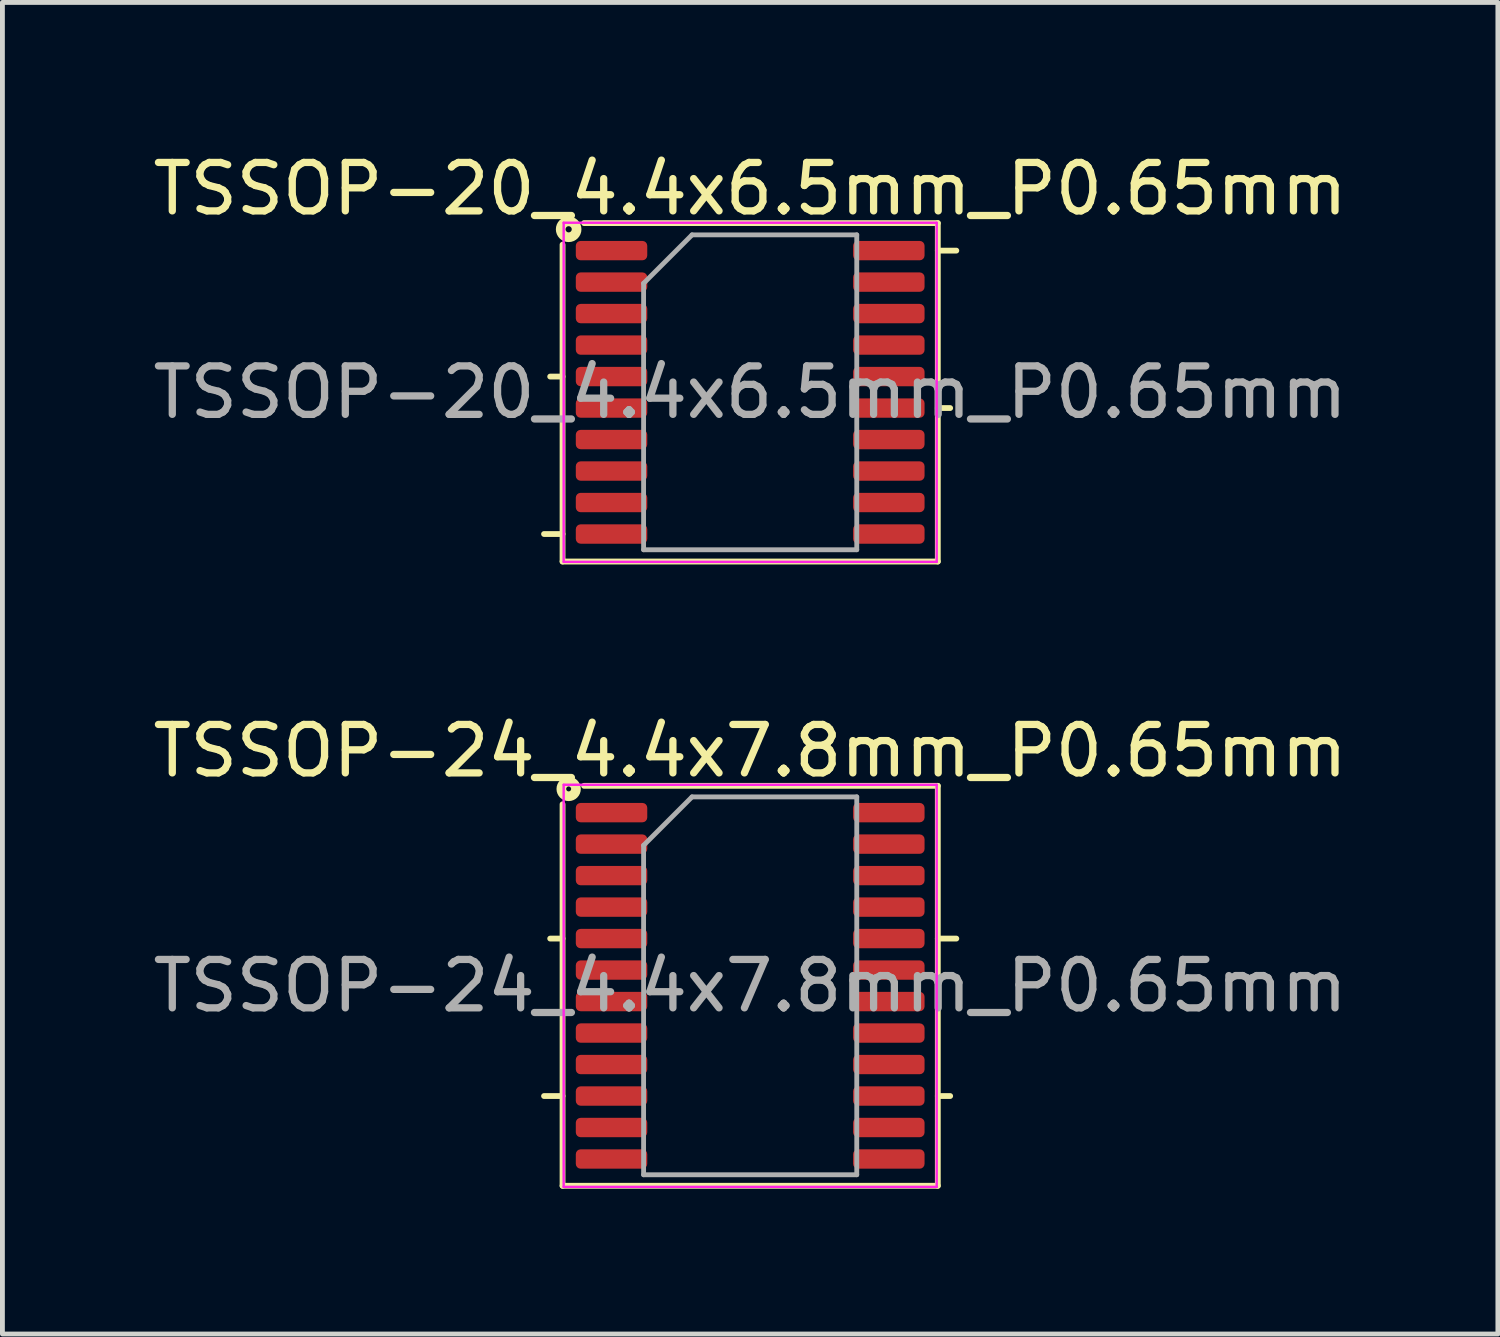
<source format=kicad_pcb>
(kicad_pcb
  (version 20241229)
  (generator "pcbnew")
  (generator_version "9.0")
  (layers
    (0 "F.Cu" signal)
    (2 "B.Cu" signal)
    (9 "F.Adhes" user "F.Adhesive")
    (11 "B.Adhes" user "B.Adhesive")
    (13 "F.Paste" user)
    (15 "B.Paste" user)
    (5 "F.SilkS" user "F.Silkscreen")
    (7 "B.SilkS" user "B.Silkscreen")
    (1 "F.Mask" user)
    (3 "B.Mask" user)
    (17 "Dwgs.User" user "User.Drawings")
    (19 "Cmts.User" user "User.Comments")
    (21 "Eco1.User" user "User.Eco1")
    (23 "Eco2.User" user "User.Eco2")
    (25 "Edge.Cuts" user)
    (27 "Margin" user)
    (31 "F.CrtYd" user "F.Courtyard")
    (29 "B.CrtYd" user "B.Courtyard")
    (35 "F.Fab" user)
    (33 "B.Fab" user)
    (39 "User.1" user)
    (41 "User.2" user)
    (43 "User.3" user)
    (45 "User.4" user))
  (footprint "TSSOP-20_4.4x6.5mm_P0.65mm"
    (layer "F.Cu")
    (at 12.435 5.048)
    (property "Reference" "TSSOP-20_4.4x6.5mm_P0.65mm" (at 0 -4.2 0) (layer "F.SilkS") (effects (font (size 1 1) (thickness 0.15))))
    (attr smd)
    (fp_line (start -3.873 -3.048) (end -3.873 3.493) (stroke (width 0.12) (type solid)) (layer "F.SilkS"))
    (fp_line (start -3.873 -0.325) (end -4.128 -0.325) (stroke (width 0.12) (type solid)) (layer "F.SilkS"))
    (fp_line (start -3.873 2.925) (end -4.255 2.925) (stroke (width 0.12) (type solid)) (layer "F.SilkS"))
    (fp_line (start -3.873 3.493) (end 3.873 3.493) (stroke (width 0.12) (type solid)) (layer "F.SilkS"))
    (fp_line (start 3.873 -3.493) (end -3.429 -3.493) (stroke (width 0.12) (type solid)) (layer "F.SilkS"))
    (fp_line (start 3.873 -2.925) (end 4.255 -2.925) (stroke (width 0.12) (type solid)) (layer "F.SilkS"))
    (fp_line (start 3.873 0.325) (end 4.128 0.325) (stroke (width 0.12) (type solid)) (layer "F.SilkS"))
    (fp_line (start 3.873 3.493) (end 3.873 -3.493) (stroke (width 0.12) (type solid)) (layer "F.SilkS"))
    (fp_circle (center -3.747 -3.365) (end -3.683 -3.365) (stroke (width 0.2) (type solid)) (fill no) (layer "F.SilkS"))
    (fp_line (start -3.85 -3.5) (end -3.85 3.5) (stroke (width 0.05) (type solid)) (layer "F.CrtYd"))
    (fp_line (start -3.85 3.5) (end 3.85 3.5) (stroke (width 0.05) (type solid)) (layer "F.CrtYd"))
    (fp_line (start 3.85 -3.5) (end -3.85 -3.5) (stroke (width 0.05) (type solid)) (layer "F.CrtYd"))
    (fp_line (start 3.85 3.5) (end 3.85 -3.5) (stroke (width 0.05) (type solid)) (layer "F.CrtYd"))
    (fp_line (start -2.2 -2.25) (end -1.2 -3.25) (stroke (width 0.1) (type solid)) (layer "F.Fab"))
    (fp_line (start -2.2 3.25) (end -2.2 -2.25) (stroke (width 0.1) (type solid)) (layer "F.Fab"))
    (fp_line (start -1.2 -3.25) (end 2.2 -3.25) (stroke (width 0.1) (type solid)) (layer "F.Fab"))
    (fp_line (start 2.2 -3.25) (end 2.2 3.25) (stroke (width 0.1) (type solid)) (layer "F.Fab"))
    (fp_line (start 2.2 3.25) (end -2.2 3.25) (stroke (width 0.1) (type solid)) (layer "F.Fab"))
    (fp_text user "${REFERENCE}" (at 0 0 0) (layer "F.Fab") (effects (font (size 1 1) (thickness 0.15))))
    (pad "1" smd roundrect (at -2.862 -2.925) (size 1.475 0.4) (layers "F.Cu" "F.Mask" "F.Paste") (roundrect_rratio 0.25))
    (pad "2" smd roundrect (at -2.862 -2.275) (size 1.475 0.4) (layers "F.Cu" "F.Mask" "F.Paste") (roundrect_rratio 0.25))
    (pad "3" smd roundrect (at -2.862 -1.625) (size 1.475 0.4) (layers "F.Cu" "F.Mask" "F.Paste") (roundrect_rratio 0.25))
    (pad "4" smd roundrect (at -2.862 -0.975) (size 1.475 0.4) (layers "F.Cu" "F.Mask" "F.Paste") (roundrect_rratio 0.25))
    (pad "5" smd roundrect (at -2.862 -0.325) (size 1.475 0.4) (layers "F.Cu" "F.Mask" "F.Paste") (roundrect_rratio 0.25))
    (pad "6" smd roundrect (at -2.862 0.325) (size 1.475 0.4) (layers "F.Cu" "F.Mask" "F.Paste") (roundrect_rratio 0.25))
    (pad "7" smd roundrect (at -2.862 0.975) (size 1.475 0.4) (layers "F.Cu" "F.Mask" "F.Paste") (roundrect_rratio 0.25))
    (pad "8" smd roundrect (at -2.862 1.625) (size 1.475 0.4) (layers "F.Cu" "F.Mask" "F.Paste") (roundrect_rratio 0.25))
    (pad "9" smd roundrect (at -2.862 2.275) (size 1.475 0.4) (layers "F.Cu" "F.Mask" "F.Paste") (roundrect_rratio 0.25))
    (pad "10" smd roundrect (at -2.862 2.925) (size 1.475 0.4) (layers "F.Cu" "F.Mask" "F.Paste") (roundrect_rratio 0.25))
    (pad "11" smd roundrect (at 2.862 2.925) (size 1.475 0.4) (layers "F.Cu" "F.Mask" "F.Paste") (roundrect_rratio 0.25))
    (pad "12" smd roundrect (at 2.862 2.275) (size 1.475 0.4) (layers "F.Cu" "F.Mask" "F.Paste") (roundrect_rratio 0.25))
    (pad "13" smd roundrect (at 2.862 1.625) (size 1.475 0.4) (layers "F.Cu" "F.Mask" "F.Paste") (roundrect_rratio 0.25))
    (pad "14" smd roundrect (at 2.862 0.975) (size 1.475 0.4) (layers "F.Cu" "F.Mask" "F.Paste") (roundrect_rratio 0.25))
    (pad "15" smd roundrect (at 2.862 0.325) (size 1.475 0.4) (layers "F.Cu" "F.Mask" "F.Paste") (roundrect_rratio 0.25))
    (pad "16" smd roundrect (at 2.862 -0.325) (size 1.475 0.4) (layers "F.Cu" "F.Mask" "F.Paste") (roundrect_rratio 0.25))
    (pad "17" smd roundrect (at 2.862 -0.975) (size 1.475 0.4) (layers "F.Cu" "F.Mask" "F.Paste") (roundrect_rratio 0.25))
    (pad "18" smd roundrect (at 2.862 -1.625) (size 1.475 0.4) (layers "F.Cu" "F.Mask" "F.Paste") (roundrect_rratio 0.25))
    (pad "19" smd roundrect (at 2.862 -2.275) (size 1.475 0.4) (layers "F.Cu" "F.Mask" "F.Paste") (roundrect_rratio 0.25))
    (pad "20" smd roundrect (at 2.862 -2.925) (size 1.475 0.4) (layers "F.Cu" "F.Mask" "F.Paste") (roundrect_rratio 0.25)))
  (footprint "TSSOP-24_4.4x7.8mm_P0.65mm"
    (layer "F.Cu")
    (at 12.435 17.299)
    (property "Reference" "TSSOP-24_4.4x7.8mm_P0.65mm" (at 0 -4.85 0) (layer "F.SilkS") (effects (font (size 1 1) (thickness 0.15))))
    (attr smd)
    (fp_line (start -3.873 -3.747) (end -3.873 4.128) (stroke (width 0.12) (type solid)) (layer "F.SilkS"))
    (fp_line (start -3.873 -0.975) (end -4.128 -0.975) (stroke (width 0.12) (type solid)) (layer "F.SilkS"))
    (fp_line (start -3.873 2.275) (end -4.255 2.275) (stroke (width 0.12) (type solid)) (layer "F.SilkS"))
    (fp_line (start -3.873 4.128) (end 3.873 4.128) (stroke (width 0.12) (type solid)) (layer "F.SilkS"))
    (fp_line (start 3.873 -4.128) (end -3.429 -4.128) (stroke (width 0.12) (type solid)) (layer "F.SilkS"))
    (fp_line (start 3.873 -0.975) (end 4.255 -0.975) (stroke (width 0.12) (type solid)) (layer "F.SilkS"))
    (fp_line (start 3.873 2.275) (end 4.128 2.275) (stroke (width 0.12) (type solid)) (layer "F.SilkS"))
    (fp_line (start 3.873 4.128) (end 3.873 -4.128) (stroke (width 0.12) (type solid)) (layer "F.SilkS"))
    (fp_circle (center -3.747 -4.064) (end -3.696 -4.064) (stroke (width 0.2) (type solid)) (fill no) (layer "F.SilkS"))
    (fp_line (start -3.85 -4.15) (end -3.85 4.15) (stroke (width 0.05) (type solid)) (layer "F.CrtYd"))
    (fp_line (start -3.85 4.15) (end 3.85 4.15) (stroke (width 0.05) (type solid)) (layer "F.CrtYd"))
    (fp_line (start 3.85 -4.15) (end -3.85 -4.15) (stroke (width 0.05) (type solid)) (layer "F.CrtYd"))
    (fp_line (start 3.85 4.15) (end 3.85 -4.15) (stroke (width 0.05) (type solid)) (layer "F.CrtYd"))
    (fp_line (start -2.2 -2.9) (end -1.2 -3.9) (stroke (width 0.1) (type solid)) (layer "F.Fab"))
    (fp_line (start -2.2 3.9) (end -2.2 -2.9) (stroke (width 0.1) (type solid)) (layer "F.Fab"))
    (fp_line (start -1.2 -3.9) (end 2.2 -3.9) (stroke (width 0.1) (type solid)) (layer "F.Fab"))
    (fp_line (start 2.2 -3.9) (end 2.2 3.9) (stroke (width 0.1) (type solid)) (layer "F.Fab"))
    (fp_line (start 2.2 3.9) (end -2.2 3.9) (stroke (width 0.1) (type solid)) (layer "F.Fab"))
    (fp_text user "${REFERENCE}" (at 0 0 0) (layer "F.Fab") (effects (font (size 1 1) (thickness 0.15))))
    (pad "1" smd roundrect (at -2.862 -3.575) (size 1.475 0.4) (layers "F.Cu" "F.Mask" "F.Paste") (roundrect_rratio 0.25))
    (pad "2" smd roundrect (at -2.862 -2.925) (size 1.475 0.4) (layers "F.Cu" "F.Mask" "F.Paste") (roundrect_rratio 0.25))
    (pad "3" smd roundrect (at -2.862 -2.275) (size 1.475 0.4) (layers "F.Cu" "F.Mask" "F.Paste") (roundrect_rratio 0.25))
    (pad "4" smd roundrect (at -2.862 -1.625) (size 1.475 0.4) (layers "F.Cu" "F.Mask" "F.Paste") (roundrect_rratio 0.25))
    (pad "5" smd roundrect (at -2.862 -0.975) (size 1.475 0.4) (layers "F.Cu" "F.Mask" "F.Paste") (roundrect_rratio 0.25))
    (pad "6" smd roundrect (at -2.862 -0.325) (size 1.475 0.4) (layers "F.Cu" "F.Mask" "F.Paste") (roundrect_rratio 0.25))
    (pad "7" smd roundrect (at -2.862 0.325) (size 1.475 0.4) (layers "F.Cu" "F.Mask" "F.Paste") (roundrect_rratio 0.25))
    (pad "8" smd roundrect (at -2.862 0.975) (size 1.475 0.4) (layers "F.Cu" "F.Mask" "F.Paste") (roundrect_rratio 0.25))
    (pad "9" smd roundrect (at -2.862 1.625) (size 1.475 0.4) (layers "F.Cu" "F.Mask" "F.Paste") (roundrect_rratio 0.25))
    (pad "10" smd roundrect (at -2.862 2.275) (size 1.475 0.4) (layers "F.Cu" "F.Mask" "F.Paste") (roundrect_rratio 0.25))
    (pad "11" smd roundrect (at -2.862 2.925) (size 1.475 0.4) (layers "F.Cu" "F.Mask" "F.Paste") (roundrect_rratio 0.25))
    (pad "12" smd roundrect (at -2.862 3.575) (size 1.475 0.4) (layers "F.Cu" "F.Mask" "F.Paste") (roundrect_rratio 0.25))
    (pad "13" smd roundrect (at 2.862 3.575) (size 1.475 0.4) (layers "F.Cu" "F.Mask" "F.Paste") (roundrect_rratio 0.25))
    (pad "14" smd roundrect (at 2.862 2.925) (size 1.475 0.4) (layers "F.Cu" "F.Mask" "F.Paste") (roundrect_rratio 0.25))
    (pad "15" smd roundrect (at 2.862 2.275) (size 1.475 0.4) (layers "F.Cu" "F.Mask" "F.Paste") (roundrect_rratio 0.25))
    (pad "16" smd roundrect (at 2.862 1.625) (size 1.475 0.4) (layers "F.Cu" "F.Mask" "F.Paste") (roundrect_rratio 0.25))
    (pad "17" smd roundrect (at 2.862 0.975) (size 1.475 0.4) (layers "F.Cu" "F.Mask" "F.Paste") (roundrect_rratio 0.25))
    (pad "18" smd roundrect (at 2.862 0.325) (size 1.475 0.4) (layers "F.Cu" "F.Mask" "F.Paste") (roundrect_rratio 0.25))
    (pad "19" smd roundrect (at 2.862 -0.325) (size 1.475 0.4) (layers "F.Cu" "F.Mask" "F.Paste") (roundrect_rratio 0.25))
    (pad "20" smd roundrect (at 2.862 -0.975) (size 1.475 0.4) (layers "F.Cu" "F.Mask" "F.Paste") (roundrect_rratio 0.25))
    (pad "21" smd roundrect (at 2.862 -1.625) (size 1.475 0.4) (layers "F.Cu" "F.Mask" "F.Paste") (roundrect_rratio 0.25))
    (pad "22" smd roundrect (at 2.862 -2.275) (size 1.475 0.4) (layers "F.Cu" "F.Mask" "F.Paste") (roundrect_rratio 0.25))
    (pad "23" smd roundrect (at 2.862 -2.925) (size 1.475 0.4) (layers "F.Cu" "F.Mask" "F.Paste") (roundrect_rratio 0.25))
    (pad "24" smd roundrect (at 2.862 -3.575) (size 1.475 0.4) (layers "F.Cu" "F.Mask" "F.Paste") (roundrect_rratio 0.25)))
  (gr_rect
    (start -3 -3)
    (end 27.869 24.486)
    (stroke (width 0.1) (type default))
    (fill no)
    (layer "Edge.Cuts")))
</source>
